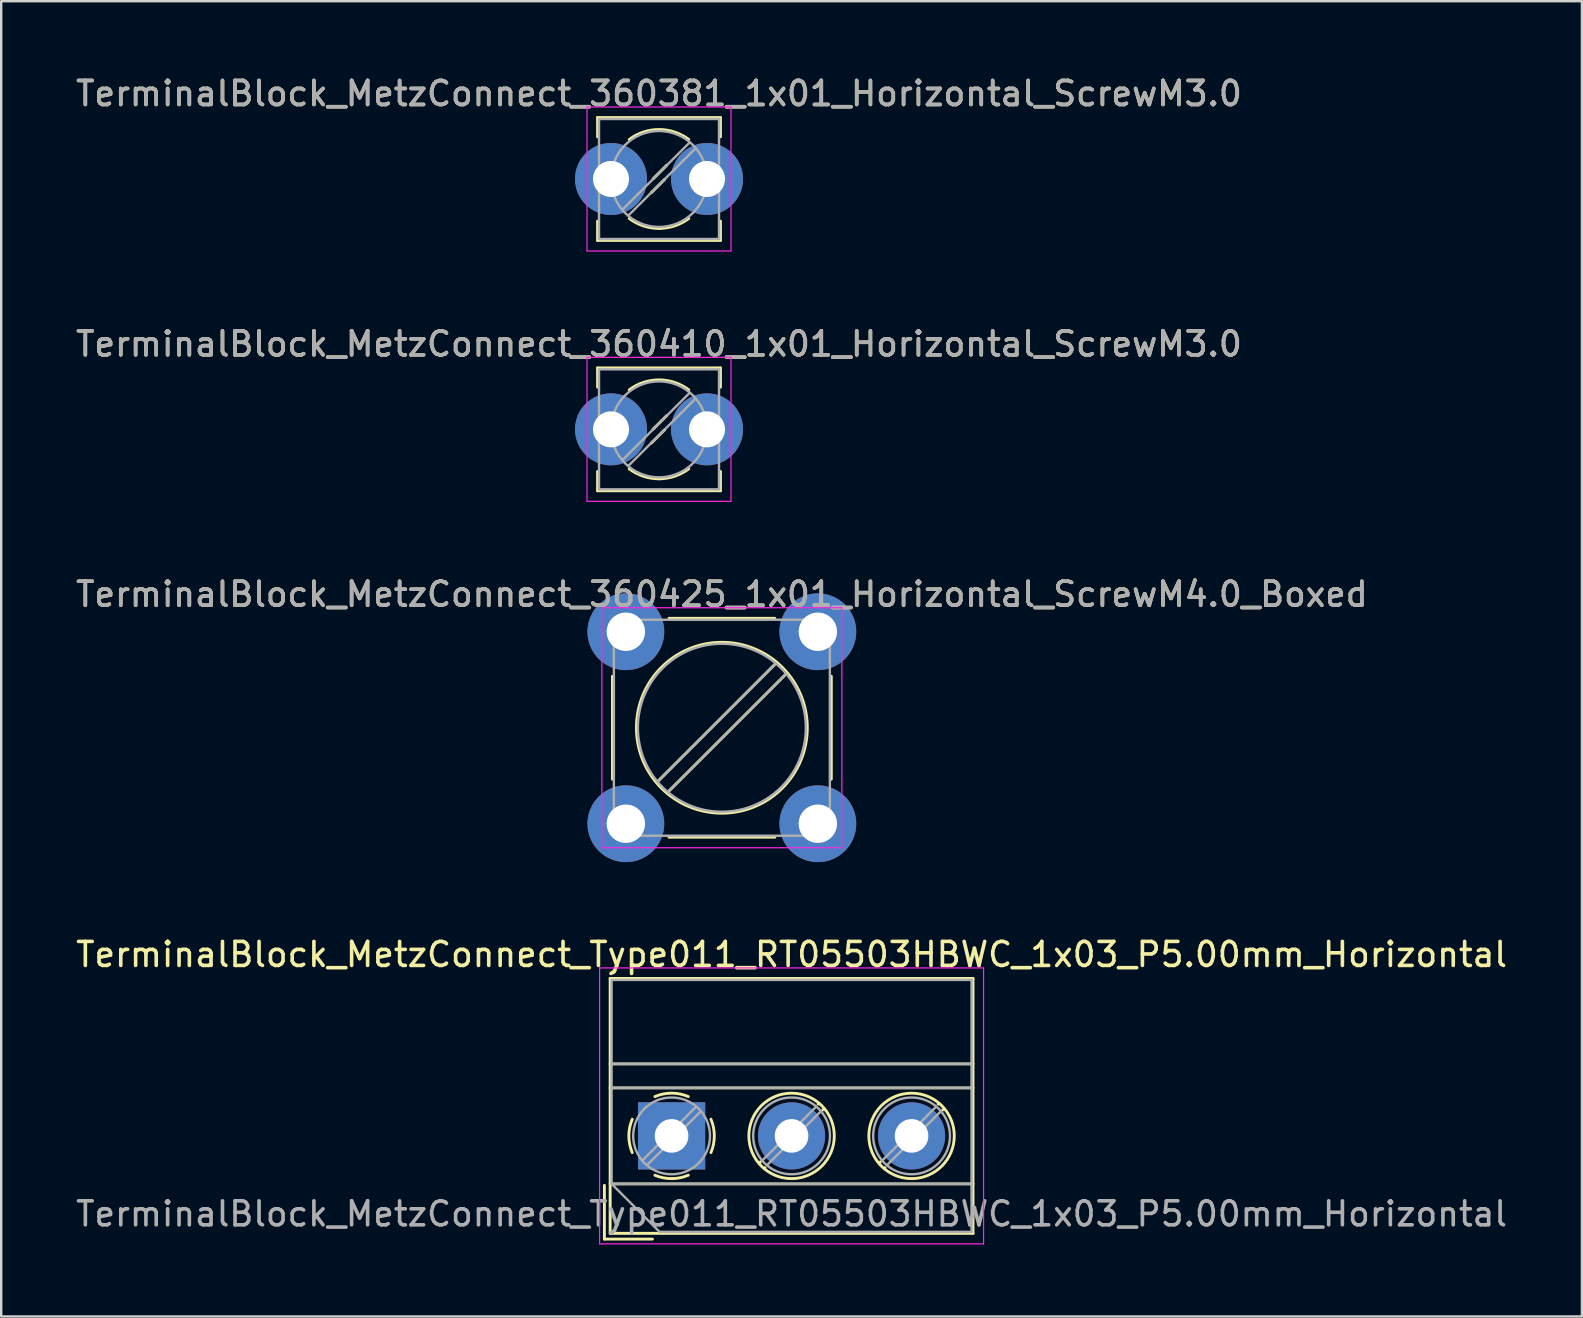
<source format=kicad_pcb>
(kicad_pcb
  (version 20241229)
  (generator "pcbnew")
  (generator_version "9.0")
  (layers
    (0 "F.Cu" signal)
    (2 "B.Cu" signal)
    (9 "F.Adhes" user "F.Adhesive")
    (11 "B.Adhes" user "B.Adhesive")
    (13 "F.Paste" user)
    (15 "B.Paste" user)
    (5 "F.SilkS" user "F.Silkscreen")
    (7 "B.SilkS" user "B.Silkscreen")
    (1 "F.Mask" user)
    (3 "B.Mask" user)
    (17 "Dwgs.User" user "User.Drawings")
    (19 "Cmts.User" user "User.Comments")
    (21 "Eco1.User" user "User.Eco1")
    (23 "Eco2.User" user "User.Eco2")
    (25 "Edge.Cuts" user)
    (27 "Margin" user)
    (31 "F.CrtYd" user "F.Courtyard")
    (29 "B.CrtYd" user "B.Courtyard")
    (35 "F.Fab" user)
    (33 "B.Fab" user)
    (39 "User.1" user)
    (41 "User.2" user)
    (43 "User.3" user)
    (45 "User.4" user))
  (footprint "TerminalBlock_MetzConnect_360381_1x01_Horizontal_ScrewM3.0"
    (layer "F.Cu")
    (at 22.411 4.408)
    (property "Reference" "TerminalBlock_MetzConnect_360381_1x01_Horizontal_ScrewM3.0" (at 2 -3.56 0) (layer "F.SilkS") (effects (font (size 1 1) (thickness 0.15))))
    (attr through_hole)
    (fp_line (start -0.56 -2.56) (end -0.56 -1.755) (stroke (width 0.12) (type solid)) (layer "F.SilkS"))
    (fp_line (start -0.56 -2.56) (end 4.56 -2.56) (stroke (width 0.12) (type solid)) (layer "F.SilkS"))
    (fp_line (start -0.56 1.755) (end -0.56 2.56) (stroke (width 0.12) (type solid)) (layer "F.SilkS"))
    (fp_line (start -0.56 2.56) (end 4.56 2.56) (stroke (width 0.12) (type solid)) (layer "F.SilkS"))
    (fp_line (start 1.68 0.571) (end 1.68 0.571) (stroke (width 0.12) (type solid)) (layer "F.SilkS"))
    (fp_line (start 2.241 0.011) (end 1.708 0.543) (stroke (width 0.12) (type solid)) (layer "F.SilkS"))
    (fp_line (start 2.291 -0.543) (end 1.759 -0.011) (stroke (width 0.12) (type solid)) (layer "F.SilkS"))
    (fp_line (start 2.32 -0.572) (end 2.32 -0.572) (stroke (width 0.12) (type solid)) (layer "F.SilkS"))
    (fp_line (start 4.56 -2.56) (end 4.56 -1.755) (stroke (width 0.12) (type solid)) (layer "F.SilkS"))
    (fp_line (start 4.56 1.755) (end 4.56 2.56) (stroke (width 0.12) (type solid)) (layer "F.SilkS"))
    (fp_arc (start 0.759554 -1.645664) (mid 1.999721 -2.060805) (end 3.24 -1.646) (stroke (width 0.12) (type solid)) (layer "F.SilkS"))
    (fp_arc (start 2.034842 2.060314) (mid 1.362171 1.959409) (end 0.759 1.645) (stroke (width 0.12) (type solid)) (layer "F.SilkS"))
    (fp_arc (start 3.239739 1.645189) (mid 2.653648 1.953547) (end 2 2.06) (stroke (width 0.12) (type solid)) (layer "F.SilkS"))
    (fp_line (start -1 -3) (end -1 3) (stroke (width 0.05) (type solid)) (layer "F.CrtYd"))
    (fp_line (start -1 3) (end 5 3) (stroke (width 0.05) (type solid)) (layer "F.CrtYd"))
    (fp_line (start 5 -3) (end -1 -3) (stroke (width 0.05) (type solid)) (layer "F.CrtYd"))
    (fp_line (start 5 3) (end 5 -3) (stroke (width 0.05) (type solid)) (layer "F.CrtYd"))
    (fp_line (start -0.5 -2.5) (end -0.5 2.5) (stroke (width 0.1) (type solid)) (layer "F.Fab"))
    (fp_line (start -0.5 -2.5) (end 4.5 -2.5) (stroke (width 0.1) (type solid)) (layer "F.Fab"))
    (fp_line (start -0.5 2.5) (end 4.5 2.5) (stroke (width 0.1) (type solid)) (layer "F.Fab"))
    (fp_line (start 3.273 -1.517) (end 0.483 1.273) (stroke (width 0.1) (type solid)) (layer "F.Fab"))
    (fp_line (start 3.517 -1.273) (end 0.727 1.517) (stroke (width 0.1) (type solid)) (layer "F.Fab"))
    (fp_line (start 4.5 -2.5) (end 4.5 2.5) (stroke (width 0.1) (type solid)) (layer "F.Fab"))
    (fp_circle (center 2 0) (end 4 0) (stroke (width 0.1) (type solid)) (fill no) (layer "F.Fab"))
    (fp_text user "${REFERENCE}" (at 2 -3.56 0) (layer "F.Fab") (effects (font (size 1 1) (thickness 0.15))))
    (pad "1" thru_hole circle (at 0 0) (size 3 3) (drill 1.5) (layers "*.Cu" "*.Mask"))
    (pad "1" thru_hole circle (at 4 0) (size 3 3) (drill 1.5) (layers "*.Cu" "*.Mask")))
  (footprint "TerminalBlock_MetzConnect_360425_1x01_Horizontal_ScrewM4.0_Boxed"
    (layer "F.Cu")
    (at 23.03 23.275)
    (property "Reference" "TerminalBlock_MetzConnect_360425_1x01_Horizontal_ScrewM4.0_Boxed" (at 4 -1.56 0) (layer "F.SilkS") (effects (font (size 1 1) (thickness 0.15))))
    (attr through_hole)
    (fp_line (start -0.56 1.855) (end -0.56 6.145) (stroke (width 0.12) (type solid)) (layer "F.SilkS"))
    (fp_line (start 1.796 -0.56) (end 6.204 -0.56) (stroke (width 0.12) (type solid)) (layer "F.SilkS"))
    (fp_line (start 1.796 8.56) (end 6.204 8.56) (stroke (width 0.12) (type solid)) (layer "F.SilkS"))
    (fp_line (start 6.266 1.3) (end 1.299 6.266) (stroke (width 0.12) (type solid)) (layer "F.SilkS"))
    (fp_line (start 6.7 1.734) (end 1.734 6.7) (stroke (width 0.12) (type solid)) (layer "F.SilkS"))
    (fp_line (start 8.56 1.855) (end 8.56 6.145) (stroke (width 0.12) (type solid)) (layer "F.SilkS"))
    (fp_circle (center 4 4) (end 7.56 4) (stroke (width 0.12) (type solid)) (fill no) (layer "F.SilkS"))
    (fp_line (start -1 -1) (end -1 9) (stroke (width 0.05) (type solid)) (layer "F.CrtYd"))
    (fp_line (start -1 9) (end 9 9) (stroke (width 0.05) (type solid)) (layer "F.CrtYd"))
    (fp_line (start 9 -1) (end -1 -1) (stroke (width 0.05) (type solid)) (layer "F.CrtYd"))
    (fp_line (start 9 9) (end 9 -1) (stroke (width 0.05) (type solid)) (layer "F.CrtYd"))
    (fp_line (start -0.5 -0.5) (end -0.5 8.5) (stroke (width 0.1) (type solid)) (layer "F.Fab"))
    (fp_line (start -0.5 -0.5) (end 8.5 -0.5) (stroke (width 0.1) (type solid)) (layer "F.Fab"))
    (fp_line (start -0.5 8.5) (end 8.5 8.5) (stroke (width 0.1) (type solid)) (layer "F.Fab"))
    (fp_line (start 6.228 1.345) (end 1.345 6.227) (stroke (width 0.1) (type solid)) (layer "F.Fab"))
    (fp_line (start 6.655 1.772) (end 1.772 6.654) (stroke (width 0.1) (type solid)) (layer "F.Fab"))
    (fp_line (start 8.5 -0.5) (end 8.5 8.5) (stroke (width 0.1) (type solid)) (layer "F.Fab"))
    (fp_circle (center 4 4) (end 7.5 4) (stroke (width 0.1) (type solid)) (fill no) (layer "F.Fab"))
    (fp_text user "${REFERENCE}" (at 4 -1.56 0) (layer "F.Fab") (effects (font (size 1 1) (thickness 0.15))))
    (pad "1" thru_hole circle (at 0 0) (size 3.2 3.2) (drill 1.6) (layers "*.Cu" "*.Mask"))
    (pad "1" thru_hole circle (at 0 8) (size 3.2 3.2) (drill 1.6) (layers "*.Cu" "*.Mask"))
    (pad "1" thru_hole circle (at 8 0) (size 3.2 3.2) (drill 1.6) (layers "*.Cu" "*.Mask"))
    (pad "1" thru_hole circle (at 8 8) (size 3.2 3.2) (drill 1.6) (layers "*.Cu" "*.Mask")))
  (footprint "TerminalBlock_MetzConnect_Type011_RT05503HBWC_1x03_P5.00mm_Horizontal"
    (layer "F.Cu")
    (at 24.935 44.283)
    (property "Reference" "TerminalBlock_MetzConnect_Type011_RT05503HBWC_1x03_P5.00mm_Horizontal" (at 5 -7.56 0) (layer "F.SilkS") (effects (font (size 1 1) (thickness 0.15))))
    (attr through_hole)
    (fp_line (start -2.8 2.06) (end -2.8 4.3) (stroke (width 0.12) (type solid)) (layer "F.SilkS"))
    (fp_line (start -2.8 4.3) (end -0.8 4.3) (stroke (width 0.12) (type solid)) (layer "F.SilkS"))
    (fp_line (start -2.56 -6.56) (end -2.56 4.06) (stroke (width 0.12) (type solid)) (layer "F.SilkS"))
    (fp_line (start -2.56 -6.56) (end 12.56 -6.56) (stroke (width 0.12) (type solid)) (layer "F.SilkS"))
    (fp_line (start -2.56 -3) (end 12.56 -3) (stroke (width 0.12) (type solid)) (layer "F.SilkS"))
    (fp_line (start -2.56 -2) (end 12.56 -2) (stroke (width 0.12) (type solid)) (layer "F.SilkS"))
    (fp_line (start -2.56 2) (end 12.56 2) (stroke (width 0.12) (type solid)) (layer "F.SilkS"))
    (fp_line (start -2.56 4.06) (end 12.56 4.06) (stroke (width 0.12) (type solid)) (layer "F.SilkS"))
    (fp_line (start 3.7 1.083) (end 3.65 1.133) (stroke (width 0.12) (type solid)) (layer "F.SilkS"))
    (fp_line (start 3.892 1.325) (end 3.868 1.35) (stroke (width 0.12) (type solid)) (layer "F.SilkS"))
    (fp_line (start 6.133 -1.35) (end 6.108 -1.326) (stroke (width 0.12) (type solid)) (layer "F.SilkS"))
    (fp_line (start 6.35 -1.133) (end 6.301 -1.083) (stroke (width 0.12) (type solid)) (layer "F.SilkS"))
    (fp_line (start 8.7 1.083) (end 8.65 1.133) (stroke (width 0.12) (type solid)) (layer "F.SilkS"))
    (fp_line (start 8.892 1.325) (end 8.868 1.35) (stroke (width 0.12) (type solid)) (layer "F.SilkS"))
    (fp_line (start 11.133 -1.35) (end 11.108 -1.326) (stroke (width 0.12) (type solid)) (layer "F.SilkS"))
    (fp_line (start 11.35 -1.133) (end 11.301 -1.083) (stroke (width 0.12) (type solid)) (layer "F.SilkS"))
    (fp_line (start 12.56 -6.56) (end 12.56 4.06) (stroke (width 0.12) (type solid)) (layer "F.SilkS"))
    (fp_arc (start -1.639206 0.695516) (mid -1.780657 -0.000263) (end -1.639 -0.696) (stroke (width 0.12) (type solid)) (layer "F.SilkS"))
    (fp_arc (start -0.695516 -1.639206) (mid 0.000263 -1.780657) (end 0.696 -1.639) (stroke (width 0.12) (type solid)) (layer "F.SilkS"))
    (fp_arc (start 0.030814 1.78039) (mid -0.340023 1.747891) (end -0.696 1.639) (stroke (width 0.12) (type solid)) (layer "F.SilkS"))
    (fp_arc (start 0.695501 1.638499) (mid 0.354875 1.744266) (end 0 1.78) (stroke (width 0.12) (type solid)) (layer "F.SilkS"))
    (fp_arc (start 1.639206 -0.695516) (mid 1.780657 0.000263) (end 1.639 0.696) (stroke (width 0.12) (type solid)) (layer "F.SilkS"))
    (fp_circle (center 5 0) (end 6.78 0) (stroke (width 0.12) (type solid)) (fill no) (layer "F.SilkS"))
    (fp_circle (center 10 0) (end 11.78 0) (stroke (width 0.12) (type solid)) (fill no) (layer "F.SilkS"))
    (fp_line (start -3 -7) (end -3 4.5) (stroke (width 0.05) (type solid)) (layer "F.CrtYd"))
    (fp_line (start -3 4.5) (end 13 4.5) (stroke (width 0.05) (type solid)) (layer "F.CrtYd"))
    (fp_line (start 13 -7) (end -3 -7) (stroke (width 0.05) (type solid)) (layer "F.CrtYd"))
    (fp_line (start 13 4.5) (end 13 -7) (stroke (width 0.05) (type solid)) (layer "F.CrtYd"))
    (fp_line (start -2.5 -6.5) (end 12.5 -6.5) (stroke (width 0.1) (type solid)) (layer "F.Fab"))
    (fp_line (start -2.5 -3) (end 12.5 -3) (stroke (width 0.1) (type solid)) (layer "F.Fab"))
    (fp_line (start -2.5 -2) (end 12.5 -2) (stroke (width 0.1) (type solid)) (layer "F.Fab"))
    (fp_line (start -2.5 2) (end -2.5 -6.5) (stroke (width 0.1) (type solid)) (layer "F.Fab"))
    (fp_line (start -2.5 2) (end 12.5 2) (stroke (width 0.1) (type solid)) (layer "F.Fab"))
    (fp_line (start -0.5 4) (end -2.5 2) (stroke (width 0.1) (type solid)) (layer "F.Fab"))
    (fp_line (start 1.019 -1.214) (end -1.214 1.018) (stroke (width 0.1) (type solid)) (layer "F.Fab"))
    (fp_line (start 1.214 -1.019) (end -1.019 1.214) (stroke (width 0.1) (type solid)) (layer "F.Fab"))
    (fp_line (start 6.019 -1.214) (end 3.787 1.018) (stroke (width 0.1) (type solid)) (layer "F.Fab"))
    (fp_line (start 6.214 -1.019) (end 3.982 1.214) (stroke (width 0.1) (type solid)) (layer "F.Fab"))
    (fp_line (start 11.019 -1.214) (end 8.787 1.018) (stroke (width 0.1) (type solid)) (layer "F.Fab"))
    (fp_line (start 11.214 -1.019) (end 8.982 1.214) (stroke (width 0.1) (type solid)) (layer "F.Fab"))
    (fp_line (start 12.5 -6.5) (end 12.5 4) (stroke (width 0.1) (type solid)) (layer "F.Fab"))
    (fp_line (start 12.5 4) (end -0.5 4) (stroke (width 0.1) (type solid)) (layer "F.Fab"))
    (fp_circle (center 0 0) (end 1.6 0) (stroke (width 0.1) (type solid)) (fill no) (layer "F.Fab"))
    (fp_circle (center 5 0) (end 6.6 0) (stroke (width 0.1) (type solid)) (fill no) (layer "F.Fab"))
    (fp_circle (center 10 0) (end 11.6 0) (stroke (width 0.1) (type solid)) (fill no) (layer "F.Fab"))
    (fp_text user "${REFERENCE}" (at 5 3.25 0) (layer "F.Fab") (effects (font (size 1 1) (thickness 0.15))))
    (pad "1" thru_hole rect (at 0 0) (size 2.8 2.8) (drill 1.4) (layers "*.Cu" "*.Mask"))
    (pad "2" thru_hole circle (at 5 0) (size 2.8 2.8) (drill 1.4) (layers "*.Cu" "*.Mask"))
    (pad "3" thru_hole circle (at 10 0) (size 2.8 2.8) (drill 1.4) (layers "*.Cu" "*.Mask")))
  (footprint "TerminalBlock_MetzConnect_360410_1x01_Horizontal_ScrewM3.0"
    (layer "F.Cu")
    (at 22.411 14.841)
    (property "Reference" "TerminalBlock_MetzConnect_360410_1x01_Horizontal_ScrewM3.0" (at 2 -3.56 0) (layer "F.SilkS") (effects (font (size 1 1) (thickness 0.15))))
    (attr through_hole)
    (fp_line (start -0.56 -2.56) (end -0.56 -1.755) (stroke (width 0.12) (type solid)) (layer "F.SilkS"))
    (fp_line (start -0.56 -2.56) (end 4.56 -2.56) (stroke (width 0.12) (type solid)) (layer "F.SilkS"))
    (fp_line (start -0.56 1.755) (end -0.56 2.56) (stroke (width 0.12) (type solid)) (layer "F.SilkS"))
    (fp_line (start -0.56 2.56) (end 4.56 2.56) (stroke (width 0.12) (type solid)) (layer "F.SilkS"))
    (fp_line (start 1.68 0.571) (end 1.68 0.571) (stroke (width 0.12) (type solid)) (layer "F.SilkS"))
    (fp_line (start 2.241 0.011) (end 1.708 0.543) (stroke (width 0.12) (type solid)) (layer "F.SilkS"))
    (fp_line (start 2.291 -0.543) (end 1.759 -0.011) (stroke (width 0.12) (type solid)) (layer "F.SilkS"))
    (fp_line (start 2.32 -0.572) (end 2.32 -0.572) (stroke (width 0.12) (type solid)) (layer "F.SilkS"))
    (fp_line (start 4.56 -2.56) (end 4.56 -1.755) (stroke (width 0.12) (type solid)) (layer "F.SilkS"))
    (fp_line (start 4.56 1.755) (end 4.56 2.56) (stroke (width 0.12) (type solid)) (layer "F.SilkS"))
    (fp_arc (start 0.759554 -1.645664) (mid 1.999721 -2.060805) (end 3.24 -1.646) (stroke (width 0.12) (type solid)) (layer "F.SilkS"))
    (fp_arc (start 2.034842 2.060314) (mid 1.362171 1.959409) (end 0.759 1.645) (stroke (width 0.12) (type solid)) (layer "F.SilkS"))
    (fp_arc (start 3.239739 1.645189) (mid 2.653648 1.953547) (end 2 2.06) (stroke (width 0.12) (type solid)) (layer "F.SilkS"))
    (fp_line (start -1 -3) (end -1 3) (stroke (width 0.05) (type solid)) (layer "F.CrtYd"))
    (fp_line (start -1 3) (end 5 3) (stroke (width 0.05) (type solid)) (layer "F.CrtYd"))
    (fp_line (start 5 -3) (end -1 -3) (stroke (width 0.05) (type solid)) (layer "F.CrtYd"))
    (fp_line (start 5 3) (end 5 -3) (stroke (width 0.05) (type solid)) (layer "F.CrtYd"))
    (fp_line (start -0.5 -2.5) (end -0.5 2.5) (stroke (width 0.1) (type solid)) (layer "F.Fab"))
    (fp_line (start -0.5 -2.5) (end 4.5 -2.5) (stroke (width 0.1) (type solid)) (layer "F.Fab"))
    (fp_line (start -0.5 2.5) (end 4.5 2.5) (stroke (width 0.1) (type solid)) (layer "F.Fab"))
    (fp_line (start 3.273 -1.517) (end 0.483 1.273) (stroke (width 0.1) (type solid)) (layer "F.Fab"))
    (fp_line (start 3.517 -1.273) (end 0.727 1.517) (stroke (width 0.1) (type solid)) (layer "F.Fab"))
    (fp_line (start 4.5 -2.5) (end 4.5 2.5) (stroke (width 0.1) (type solid)) (layer "F.Fab"))
    (fp_circle (center 2 0) (end 4 0) (stroke (width 0.1) (type solid)) (fill no) (layer "F.Fab"))
    (fp_text user "${REFERENCE}" (at 2 -3.56 0) (layer "F.Fab") (effects (font (size 1 1) (thickness 0.15))))
    (pad "1" thru_hole circle (at 0 0) (size 3 3) (drill 1.5) (layers "*.Cu" "*.Mask"))
    (pad "1" thru_hole circle (at 4 0) (size 3 3) (drill 1.5) (layers "*.Cu" "*.Mask")))
  (gr_rect
    (start -3 -3)
    (end 62.869 51.808)
    (stroke (width 0.1) (type default))
    (fill no)
    (layer "Edge.Cuts")))
</source>
